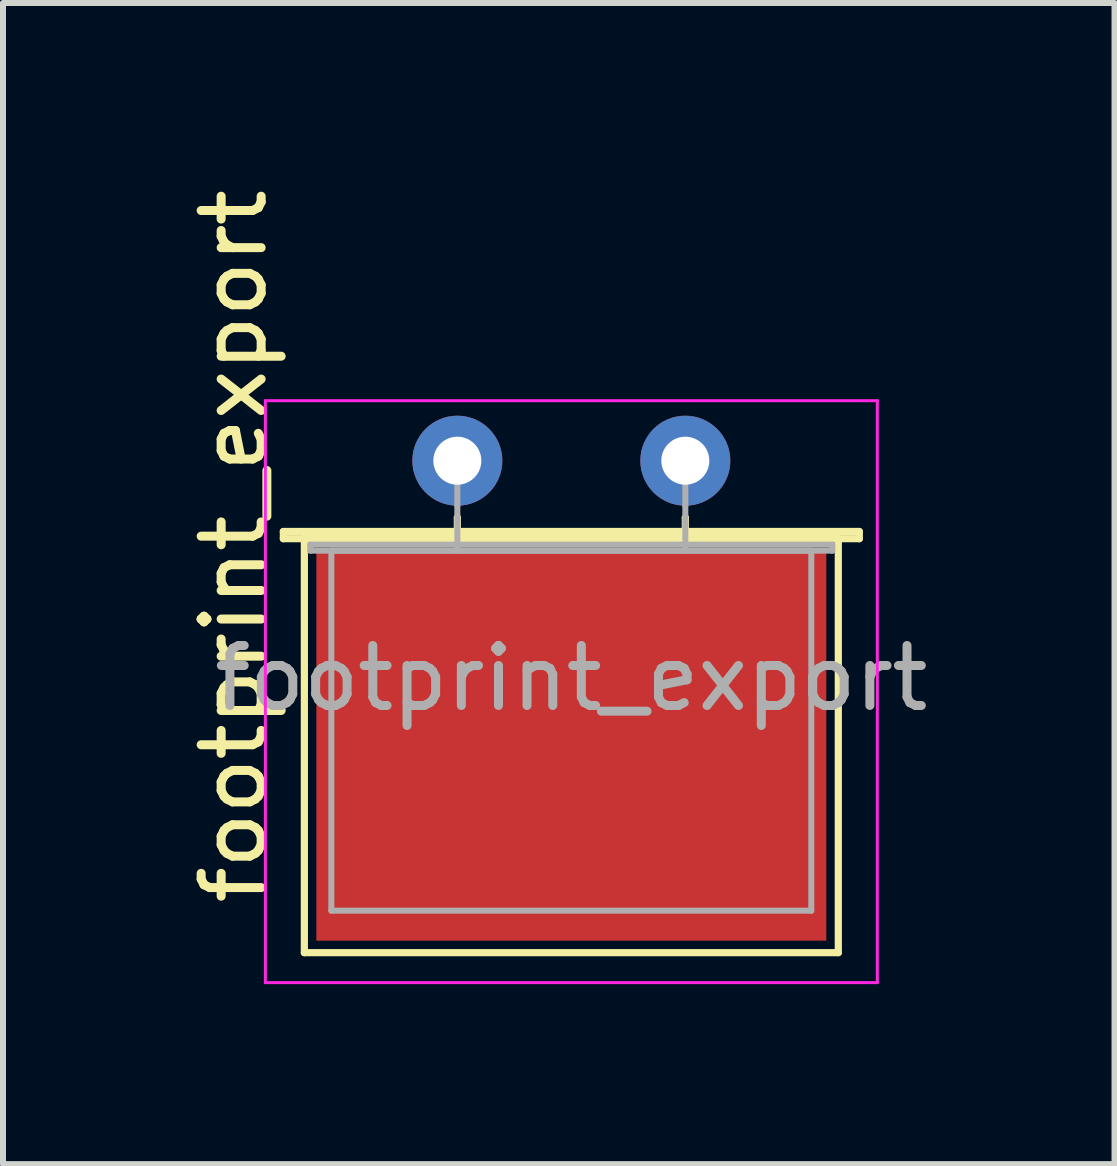
<source format=kicad_pcb>
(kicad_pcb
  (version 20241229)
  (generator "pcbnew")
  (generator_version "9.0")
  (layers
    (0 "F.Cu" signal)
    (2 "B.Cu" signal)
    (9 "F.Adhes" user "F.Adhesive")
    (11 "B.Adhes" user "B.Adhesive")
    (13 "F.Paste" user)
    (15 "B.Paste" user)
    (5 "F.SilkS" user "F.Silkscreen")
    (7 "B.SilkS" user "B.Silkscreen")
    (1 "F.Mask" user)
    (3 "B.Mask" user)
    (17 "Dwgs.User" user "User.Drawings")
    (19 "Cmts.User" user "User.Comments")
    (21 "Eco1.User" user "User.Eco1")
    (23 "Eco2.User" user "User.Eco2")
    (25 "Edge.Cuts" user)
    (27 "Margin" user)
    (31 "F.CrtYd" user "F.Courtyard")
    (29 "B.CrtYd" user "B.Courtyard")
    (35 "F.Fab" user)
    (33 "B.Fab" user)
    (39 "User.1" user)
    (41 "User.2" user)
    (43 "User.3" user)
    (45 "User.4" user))
  (footprint "footprint_export"
    (layer "F.Cu")
    (at 4.573 4.629)
    (property "Reference" "footprint_export" (at -3.725 1.425 90) (layer "F.SilkS") (effects (font (size 1 1) (thickness 0.15))))
    (attr through_hole)
    (fp_line (start -2.9 1.18) (end 6.7 1.18) (stroke (width 0.12) (type solid)) (layer "F.SilkS"))
    (fp_line (start -2.9 1.3) (end -2.9 1.18) (stroke (width 0.12) (type solid)) (layer "F.SilkS"))
    (fp_line (start -2.55 1.3) (end -2.55 8.2) (stroke (width 0.12) (type solid)) (layer "F.SilkS"))
    (fp_line (start -2.55 8.2) (end 6.35 8.2) (stroke (width 0.12) (type solid)) (layer "F.SilkS"))
    (fp_line (start 0 0.95) (end 0 0.95) (stroke (width 0.12) (type solid)) (layer "F.SilkS"))
    (fp_line (start 0 1.3) (end 0 0.95) (stroke (width 0.12) (type solid)) (layer "F.SilkS"))
    (fp_line (start 3.8 0.95) (end 3.8 0.95) (stroke (width 0.12) (type solid)) (layer "F.SilkS"))
    (fp_line (start 3.8 1.3) (end 3.8 0.95) (stroke (width 0.12) (type solid)) (layer "F.SilkS"))
    (fp_line (start 6.35 1.3) (end -2.55 1.3) (stroke (width 0.12) (type solid)) (layer "F.SilkS"))
    (fp_line (start 6.35 8.2) (end 6.35 1.3) (stroke (width 0.12) (type solid)) (layer "F.SilkS"))
    (fp_line (start 6.7 1.18) (end 6.7 1.3) (stroke (width 0.12) (type solid)) (layer "F.SilkS"))
    (fp_line (start 6.7 1.3) (end -2.9 1.3) (stroke (width 0.12) (type solid)) (layer "F.SilkS"))
    (fp_line (start -3.2 -1) (end -3.2 8.7) (stroke (width 0.05) (type solid)) (layer "F.CrtYd"))
    (fp_line (start -3.2 8.7) (end 7 8.7) (stroke (width 0.05) (type solid)) (layer "F.CrtYd"))
    (fp_line (start 7 -1) (end -3.2 -1) (stroke (width 0.05) (type solid)) (layer "F.CrtYd"))
    (fp_line (start 7 8.7) (end 7 -1) (stroke (width 0.05) (type solid)) (layer "F.CrtYd"))
    (fp_line (start -2.45 1.4) (end 6.25 1.4) (stroke (width 0.1) (type solid)) (layer "F.Fab"))
    (fp_line (start -2.45 1.5) (end -2.45 1.4) (stroke (width 0.1) (type solid)) (layer "F.Fab"))
    (fp_line (start -2.1 1.5) (end -2.1 7.5) (stroke (width 0.1) (type solid)) (layer "F.Fab"))
    (fp_line (start -2.1 7.5) (end 5.9 7.5) (stroke (width 0.1) (type solid)) (layer "F.Fab"))
    (fp_line (start 0 0.75) (end 0 0) (stroke (width 0.1) (type solid)) (layer "F.Fab"))
    (fp_line (start 0 1.5) (end 0 0.75) (stroke (width 0.1) (type solid)) (layer "F.Fab"))
    (fp_line (start 3.8 0.75) (end 3.8 0) (stroke (width 0.1) (type solid)) (layer "F.Fab"))
    (fp_line (start 3.8 1.5) (end 3.8 0.75) (stroke (width 0.1) (type solid)) (layer "F.Fab"))
    (fp_line (start 5.9 1.5) (end -2.1 1.5) (stroke (width 0.1) (type solid)) (layer "F.Fab"))
    (fp_line (start 5.9 7.5) (end 5.9 1.5) (stroke (width 0.1) (type solid)) (layer "F.Fab"))
    (fp_line (start 6.25 1.4) (end 6.25 1.5) (stroke (width 0.1) (type solid)) (layer "F.Fab"))
    (fp_line (start 6.25 1.5) (end -2.45 1.5) (stroke (width 0.1) (type solid)) (layer "F.Fab"))
    (fp_text user "${REFERENCE}" (at 1.9 3.625 0) (layer "F.Fab") (effects (font (size 1 1) (thickness 0.15))))
    (pad "1" thru_hole circle (at 0 0) (size 1.5 1.5) (drill 0.8) (layers "*.Cu" "*.Mask"))
    (pad "2" thru_hole circle (at 3.8 0) (size 1.5 1.5) (drill 0.8) (layers "*.Cu" "*.Mask"))
    (pad "3" smd rect (at 1.9 4.75) (size 8.5 6.5) (layers "F.Cu" "F.Mask" "F.Paste")))
  (gr_rect
    (start -3 -3)
    (end 15.527 16.354)
    (stroke (width 0.1) (type default))
    (fill no)
    (layer "Edge.Cuts")))
</source>
